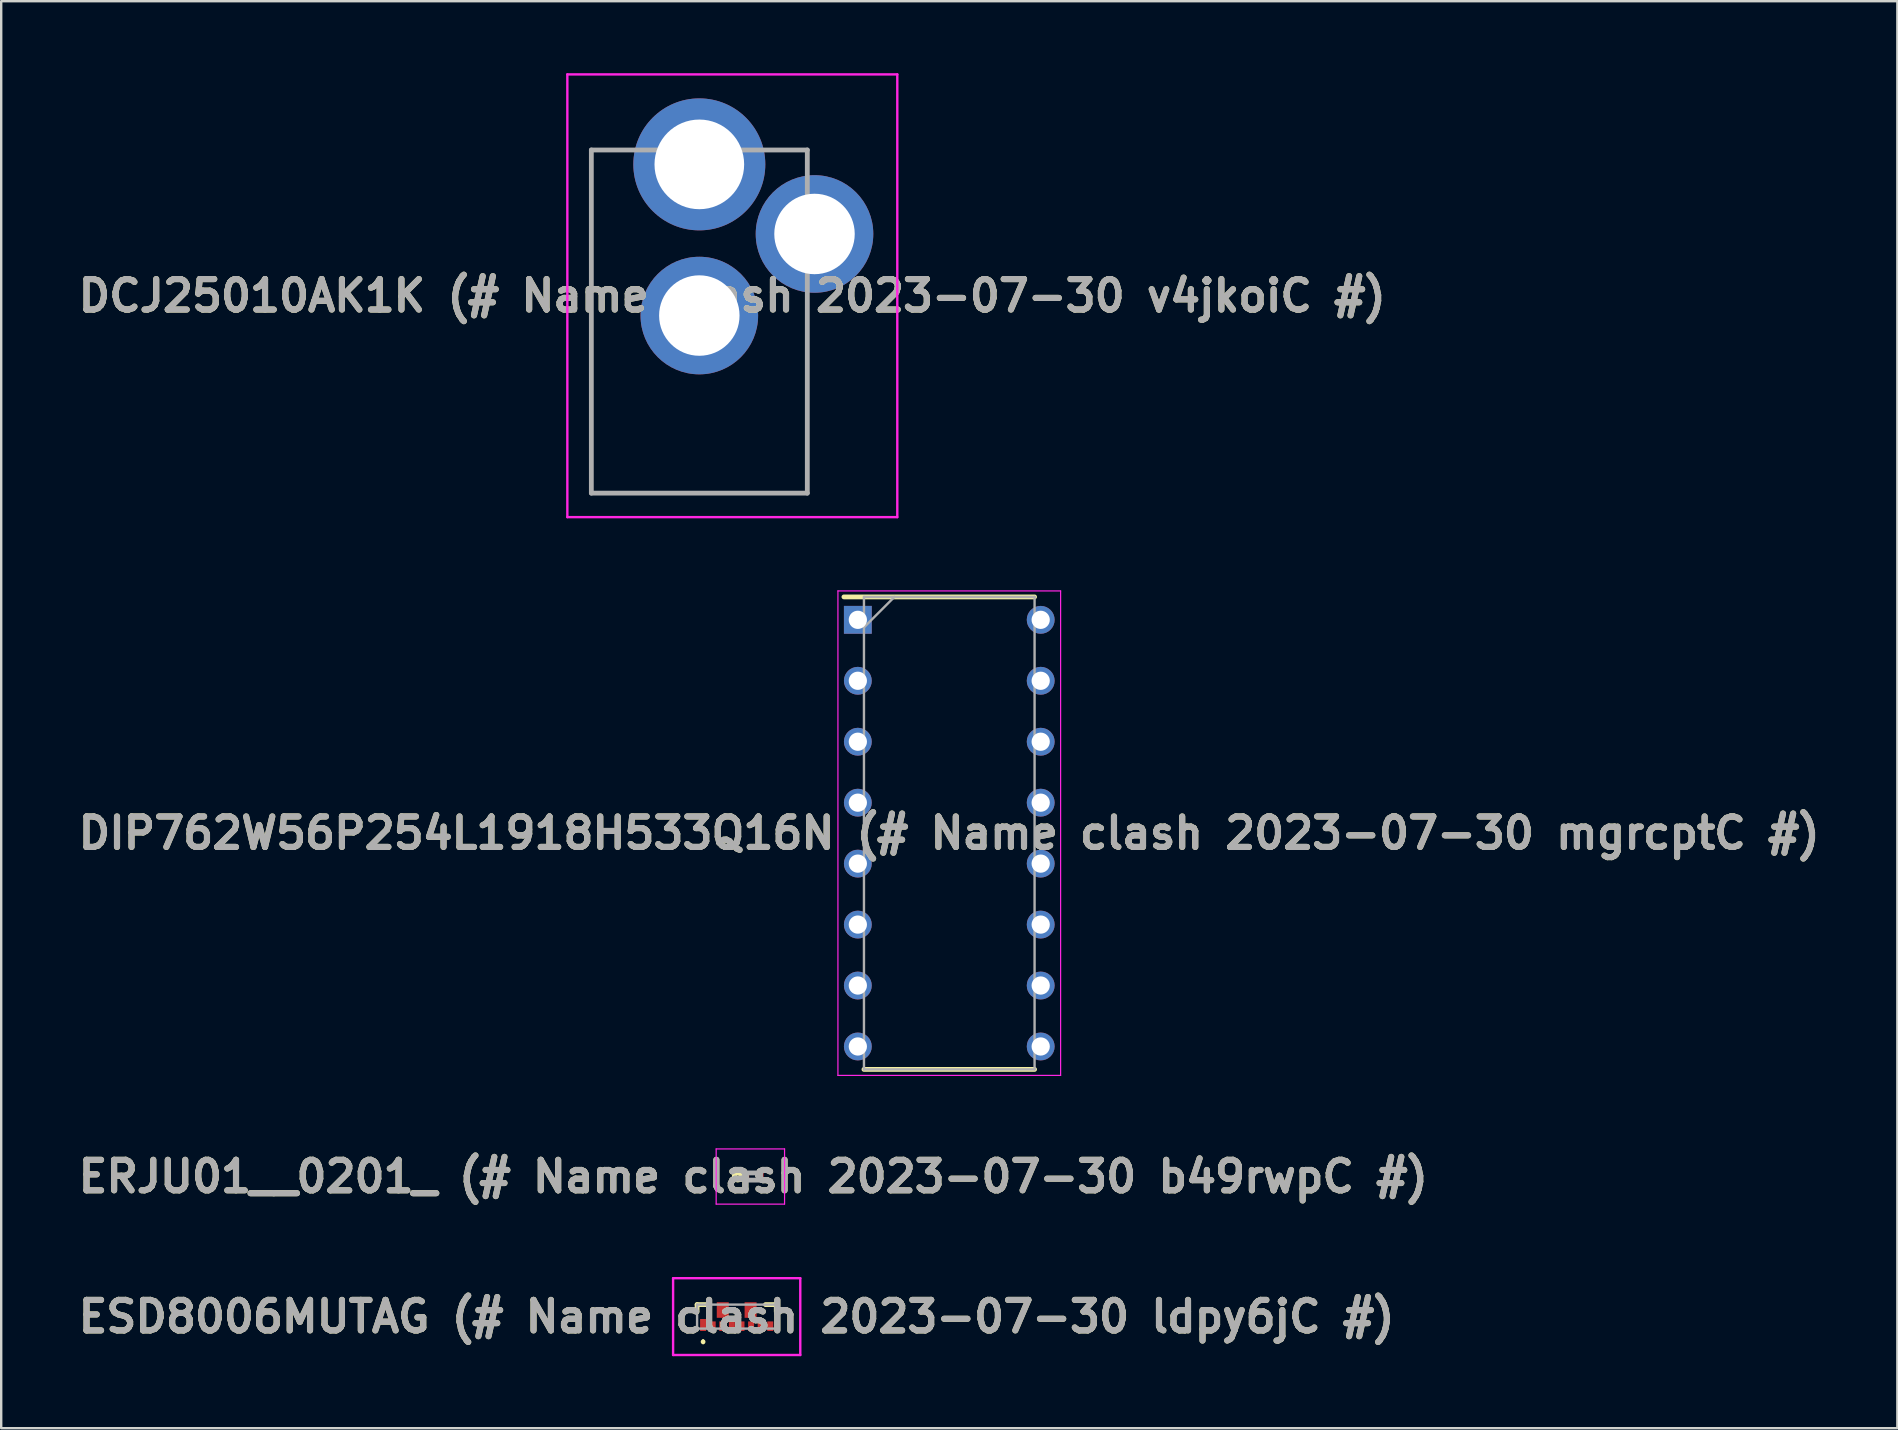
<source format=kicad_pcb>
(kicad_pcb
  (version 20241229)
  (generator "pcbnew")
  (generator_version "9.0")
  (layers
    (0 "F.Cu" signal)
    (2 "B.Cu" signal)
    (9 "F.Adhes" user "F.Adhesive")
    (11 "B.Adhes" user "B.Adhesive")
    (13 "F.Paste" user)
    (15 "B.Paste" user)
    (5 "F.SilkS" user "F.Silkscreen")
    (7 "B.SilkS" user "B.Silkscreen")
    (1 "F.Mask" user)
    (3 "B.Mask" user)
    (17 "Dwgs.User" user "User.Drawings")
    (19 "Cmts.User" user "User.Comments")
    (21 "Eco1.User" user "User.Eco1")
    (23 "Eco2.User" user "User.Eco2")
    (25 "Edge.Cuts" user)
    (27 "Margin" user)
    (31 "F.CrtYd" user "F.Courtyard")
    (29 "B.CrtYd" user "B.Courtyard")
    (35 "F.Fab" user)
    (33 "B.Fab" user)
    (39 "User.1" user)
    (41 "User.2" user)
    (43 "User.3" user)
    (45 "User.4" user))
  (footprint "DIP762W56P254L1918H533Q16N (# Name clash 2023-07-30 mgrcptC #)"
    (layer "F.Cu")
    (at 36.509 31.67)
    (property "Reference" "DIP762W56P254L1918H533Q16N (# Name clash 2023-07-30 mgrcptC #)" (at 0 0 0) (layer "F.SilkS") (effects (font (size 1.27 1.27) (thickness 0.254))))
    (attr through_hole)
    (fp_line (start -4.39 -9.845) (end 3.555 -9.845) (stroke (width 0.2) (type solid)) (layer "F.SilkS"))
    (fp_line (start -3.555 9.845) (end 3.555 9.845) (stroke (width 0.2) (type solid)) (layer "F.SilkS"))
    (fp_line (start -4.64 -10.095) (end 4.64 -10.095) (stroke (width 0.05) (type solid)) (layer "F.CrtYd"))
    (fp_line (start -4.64 10.095) (end -4.64 -10.095) (stroke (width 0.05) (type solid)) (layer "F.CrtYd"))
    (fp_line (start 4.64 -10.095) (end 4.64 10.095) (stroke (width 0.05) (type solid)) (layer "F.CrtYd"))
    (fp_line (start 4.64 10.095) (end -4.64 10.095) (stroke (width 0.05) (type solid)) (layer "F.CrtYd"))
    (fp_line (start -3.555 -9.845) (end 3.555 -9.845) (stroke (width 0.1) (type solid)) (layer "F.Fab"))
    (fp_line (start -3.555 -8.575) (end -2.285 -9.845) (stroke (width 0.1) (type solid)) (layer "F.Fab"))
    (fp_line (start -3.555 9.845) (end -3.555 -9.845) (stroke (width 0.1) (type solid)) (layer "F.Fab"))
    (fp_line (start 3.555 -9.845) (end 3.555 9.845) (stroke (width 0.1) (type solid)) (layer "F.Fab"))
    (fp_line (start 3.555 9.845) (end -3.555 9.845) (stroke (width 0.1) (type solid)) (layer "F.Fab"))
    (fp_text user "${REFERENCE}" (at 0 0 0) (layer "F.Fab") (effects (font (size 1.27 1.27) (thickness 0.254))))
    (pad "1" thru_hole rect (at -3.81 -8.89) (size 1.16 1.16) (drill 0.76) (layers "*.Cu" "*.Mask"))
    (pad "2" thru_hole circle (at -3.81 -6.35) (size 1.16 1.16) (drill 0.76) (layers "*.Cu" "*.Mask"))
    (pad "3" thru_hole circle (at -3.81 -3.81) (size 1.16 1.16) (drill 0.76) (layers "*.Cu" "*.Mask"))
    (pad "4" thru_hole circle (at -3.81 -1.27) (size 1.16 1.16) (drill 0.76) (layers "*.Cu" "*.Mask"))
    (pad "5" thru_hole circle (at -3.81 1.27) (size 1.16 1.16) (drill 0.76) (layers "*.Cu" "*.Mask"))
    (pad "6" thru_hole circle (at -3.81 3.81) (size 1.16 1.16) (drill 0.76) (layers "*.Cu" "*.Mask"))
    (pad "7" thru_hole circle (at -3.81 6.35) (size 1.16 1.16) (drill 0.76) (layers "*.Cu" "*.Mask"))
    (pad "8" thru_hole circle (at -3.81 8.89) (size 1.16 1.16) (drill 0.76) (layers "*.Cu" "*.Mask"))
    (pad "9" thru_hole circle (at 3.81 8.89) (size 1.16 1.16) (drill 0.76) (layers "*.Cu" "*.Mask"))
    (pad "10" thru_hole circle (at 3.81 6.35) (size 1.16 1.16) (drill 0.76) (layers "*.Cu" "*.Mask"))
    (pad "11" thru_hole circle (at 3.81 3.81) (size 1.16 1.16) (drill 0.76) (layers "*.Cu" "*.Mask"))
    (pad "12" thru_hole circle (at 3.81 1.27) (size 1.16 1.16) (drill 0.76) (layers "*.Cu" "*.Mask"))
    (pad "13" thru_hole circle (at 3.81 -1.27) (size 1.16 1.16) (drill 0.76) (layers "*.Cu" "*.Mask"))
    (pad "14" thru_hole circle (at 3.81 -3.81) (size 1.16 1.16) (drill 0.76) (layers "*.Cu" "*.Mask"))
    (pad "15" thru_hole circle (at 3.81 -6.35) (size 1.16 1.16) (drill 0.76) (layers "*.Cu" "*.Mask"))
    (pad "16" thru_hole circle (at 3.81 -8.89) (size 1.16 1.16) (drill 0.76) (layers "*.Cu" "*.Mask")))
  (footprint "ESD8006MUTAG (# Name clash 2023-07-30 ldpy6jC #)"
    (layer "F.Cu")
    (at 27.65 51.817)
    (property "Reference" "ESD8006MUTAG (# Name clash 2023-07-30 ldpy6jC #)" (at 0 0 0) (layer "F.SilkS") (effects (font (size 1.27 1.27) (thickness 0.254))))
    (attr smd)
    (fp_line (start -1.65 -0.5) (end -1.65 -0.2) (stroke (width 0.2) (type solid)) (layer "F.SilkS"))
    (fp_line (start -1.4 1) (end -1.4 1) (stroke (width 0.1) (type solid)) (layer "F.SilkS"))
    (fp_line (start -1.4 1.1) (end -1.4 1.1) (stroke (width 0.1) (type solid)) (layer "F.SilkS"))
    (fp_line (start -1.2 -0.5) (end -1.65 -0.5) (stroke (width 0.2) (type solid)) (layer "F.SilkS"))
    (fp_line (start 1.2 -0.5) (end 1.65 -0.5) (stroke (width 0.2) (type solid)) (layer "F.SilkS"))
    (fp_line (start 1.65 -0.5) (end 1.65 -0.2) (stroke (width 0.2) (type solid)) (layer "F.SilkS"))
    (fp_arc (start -1.4 1) (mid -1.35 1.05) (end -1.4 1.1) (stroke (width 0.1) (type solid)) (layer "F.SilkS"))
    (fp_arc (start -1.4 1.1) (mid -1.45 1.05) (end -1.4 1) (stroke (width 0.1) (type solid)) (layer "F.SilkS"))
    (fp_line (start -2.65 -1.6) (end 2.65 -1.6) (stroke (width 0.1) (type solid)) (layer "F.CrtYd"))
    (fp_line (start -2.65 1.6) (end -2.65 -1.6) (stroke (width 0.1) (type solid)) (layer "F.CrtYd"))
    (fp_line (start 2.65 -1.6) (end 2.65 1.6) (stroke (width 0.1) (type solid)) (layer "F.CrtYd"))
    (fp_line (start 2.65 1.6) (end -2.65 1.6) (stroke (width 0.1) (type solid)) (layer "F.CrtYd"))
    (fp_line (start -1.65 -0.5) (end 1.65 -0.5) (stroke (width 0.1) (type solid)) (layer "F.Fab"))
    (fp_line (start -1.65 0.5) (end -1.65 -0.5) (stroke (width 0.1) (type solid)) (layer "F.Fab"))
    (fp_line (start 1.65 -0.5) (end 1.65 0.5) (stroke (width 0.1) (type solid)) (layer "F.Fab"))
    (fp_line (start 1.65 0.5) (end -1.65 0.5) (stroke (width 0.1) (type solid)) (layer "F.Fab"))
    (fp_text user "${REFERENCE}" (at 0 0 0) (layer "F.Fab") (effects (font (size 1.27 1.27) (thickness 0.254))))
    (pad "1" smd rect (at -1.4 0.35) (size 0.25 0.5) (layers "F.Cu" "F.Mask" "F.Paste"))
    (pad "2" smd rect (at -1 0.4) (size 0.25 0.4) (layers "F.Cu" "F.Mask" "F.Paste"))
    (pad "3" smd rect (at -0.6 0.4) (size 0.25 0.4) (layers "F.Cu" "F.Mask" "F.Paste"))
    (pad "4" smd rect (at -0.2 0.4) (size 0.25 0.4) (layers "F.Cu" "F.Mask" "F.Paste"))
    (pad "5" smd rect (at 0.2 0.4) (size 0.25 0.4) (layers "F.Cu" "F.Mask" "F.Paste"))
    (pad "6" smd rect (at 0.6 0.4) (size 0.25 0.4) (layers "F.Cu" "F.Mask" "F.Paste"))
    (pad "7" smd rect (at 1 0.4) (size 0.25 0.4) (layers "F.Cu" "F.Mask" "F.Paste"))
    (pad "8" smd rect (at 1.4 0.4) (size 0.25 0.4) (layers "F.Cu" "F.Mask" "F.Paste"))
    (pad "9" smd rect (at 0.58 -0.275) (size 0.5 0.65) (layers "F.Cu" "F.Mask" "F.Paste"))
    (pad "10" smd rect (at -0.58 -0.275) (size 0.5 0.65) (layers "F.Cu" "F.Mask" "F.Paste")))
  (footprint "ERJU01__0201_ (# Name clash 2023-07-30 b49rwpC #)"
    (layer "F.Cu")
    (at 28.345 45.979)
    (property "Reference" "ERJU01__0201_ (# Name clash 2023-07-30 b49rwpC #)" (at 0 0 0) (layer "F.SilkS") (effects (font (size 1.27 1.27) (thickness 0.254))))
    (attr smd)
    (fp_circle (center -0.65 0) (end -0.65 0.05) (stroke (width 0.2) (type solid)) (fill no) (layer "F.SilkS"))
    (fp_line (start -1.55 -1.15) (end 1.3 -1.15) (stroke (width 0.05) (type solid)) (layer "F.CrtYd"))
    (fp_line (start -1.55 1.15) (end -1.55 -1.15) (stroke (width 0.05) (type solid)) (layer "F.CrtYd"))
    (fp_line (start 1.3 -1.15) (end 1.3 1.15) (stroke (width 0.05) (type solid)) (layer "F.CrtYd"))
    (fp_line (start 1.3 1.15) (end -1.55 1.15) (stroke (width 0.05) (type solid)) (layer "F.CrtYd"))
    (fp_line (start -0.3 -0.15) (end 0.3 -0.15) (stroke (width 0.2) (type solid)) (layer "F.Fab"))
    (fp_line (start -0.3 0.15) (end -0.3 -0.15) (stroke (width 0.2) (type solid)) (layer "F.Fab"))
    (fp_line (start 0.3 -0.15) (end 0.3 0.15) (stroke (width 0.2) (type solid)) (layer "F.Fab"))
    (fp_line (start 0.3 0.15) (end -0.3 0.15) (stroke (width 0.2) (type solid)) (layer "F.Fab"))
    (fp_text user "${REFERENCE}" (at 0 0 0) (layer "F.Fab") (effects (font (size 1.27 1.27) (thickness 0.254))))
    (pad "1" smd rect (at -0.3 0) (size 0.25 0.3) (layers "F.Cu" "F.Mask" "F.Paste"))
    (pad "2" smd rect (at 0.3 0) (size 0.25 0.3) (layers "F.Cu" "F.Mask" "F.Paste")))
  (footprint "DCJ25010AK1K (# Name clash 2023-07-30 v4jkoiC #)"
    (layer "F.Cu")
    (at 26.093 3.8)
    (property "Reference" "DCJ25010AK1K (# Name clash 2023-07-30 v4jkoiC #)" (at 1.375 5.475 0) (layer "F.SilkS") (effects (font (size 1.27 1.27) (thickness 0.254))))
    (attr through_hole)
    (fp_line (start -4.5 -0.6) (end -4.5 13.7) (stroke (width 0.1) (type solid)) (layer "F.SilkS"))
    (fp_line (start -4.5 13.7) (end 4.5 13.7) (stroke (width 0.1) (type solid)) (layer "F.SilkS"))
    (fp_line (start -4 -0.6) (end -4.5 -0.6) (stroke (width 0.1) (type solid)) (layer "F.SilkS"))
    (fp_line (start 3 -0.6) (end 4.5 -0.6) (stroke (width 0.1) (type solid)) (layer "F.SilkS"))
    (fp_line (start 4.5 -0.6) (end 4.5 -0.3) (stroke (width 0.1) (type solid)) (layer "F.SilkS"))
    (fp_line (start 4.5 13.7) (end 4.5 5.7) (stroke (width 0.1) (type solid)) (layer "F.SilkS"))
    (fp_line (start -5.5 -3.75) (end 8.25 -3.75) (stroke (width 0.1) (type solid)) (layer "F.CrtYd"))
    (fp_line (start -5.5 14.7) (end -5.5 -3.75) (stroke (width 0.1) (type solid)) (layer "F.CrtYd"))
    (fp_line (start 8.25 -3.75) (end 8.25 14.7) (stroke (width 0.1) (type solid)) (layer "F.CrtYd"))
    (fp_line (start 8.25 14.7) (end -5.5 14.7) (stroke (width 0.1) (type solid)) (layer "F.CrtYd"))
    (fp_line (start -4.5 -0.6) (end 4.5 -0.6) (stroke (width 0.2) (type solid)) (layer "F.Fab"))
    (fp_line (start -4.5 13.7) (end -4.5 -0.6) (stroke (width 0.2) (type solid)) (layer "F.Fab"))
    (fp_line (start 4.5 -0.6) (end 4.5 13.7) (stroke (width 0.2) (type solid)) (layer "F.Fab"))
    (fp_line (start 4.5 13.7) (end -4.5 13.7) (stroke (width 0.2) (type solid)) (layer "F.Fab"))
    (fp_text user "${REFERENCE}" (at 1.375 5.475 0) (layer "F.Fab") (effects (font (size 1.27 1.27) (thickness 0.254))))
    (pad "1" thru_hole circle (at 0 0) (size 5.5 5.5) (drill 3.736) (layers "*.Cu" "*.Mask"))
    (pad "2" thru_hole circle (at 0 6.3) (size 4.9 4.9) (drill 3.353) (layers "*.Cu" "*.Mask"))
    (pad "3" thru_hole circle (at 4.8 2.9) (size 4.9 4.9) (drill 3.353) (layers "*.Cu" "*.Mask")))
  (gr_rect
    (start -3 -3)
    (end 76.019 56.467)
    (stroke (width 0.1) (type default))
    (fill no)
    (layer "Edge.Cuts")))
</source>
